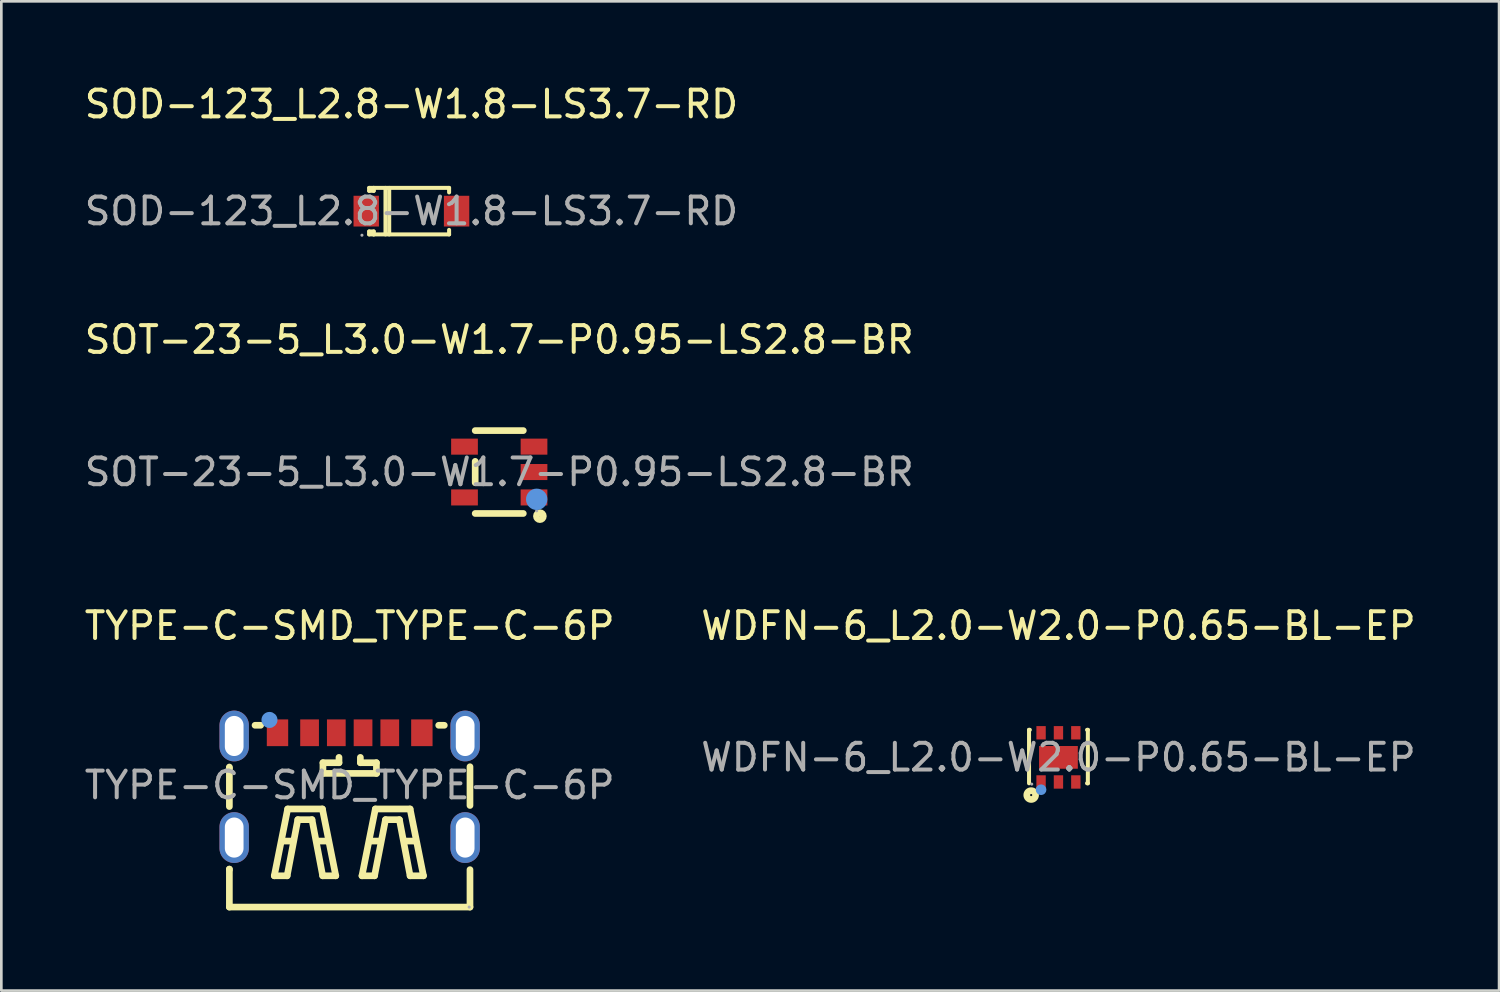
<source format=kicad_pcb>
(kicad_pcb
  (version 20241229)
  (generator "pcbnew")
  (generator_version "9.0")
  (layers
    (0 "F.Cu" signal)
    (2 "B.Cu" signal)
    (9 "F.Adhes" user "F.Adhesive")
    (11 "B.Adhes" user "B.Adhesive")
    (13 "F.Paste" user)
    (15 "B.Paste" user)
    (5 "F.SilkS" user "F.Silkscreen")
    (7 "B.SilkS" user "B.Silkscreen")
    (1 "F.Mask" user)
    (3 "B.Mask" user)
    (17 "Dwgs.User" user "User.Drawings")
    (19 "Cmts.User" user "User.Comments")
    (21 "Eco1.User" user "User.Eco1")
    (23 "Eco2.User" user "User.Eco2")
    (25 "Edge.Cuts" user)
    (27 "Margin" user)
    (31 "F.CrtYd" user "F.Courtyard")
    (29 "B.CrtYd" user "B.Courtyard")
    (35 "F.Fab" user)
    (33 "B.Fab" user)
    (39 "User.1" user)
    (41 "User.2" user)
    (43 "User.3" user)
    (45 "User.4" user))
  (footprint "TYPE-C-SMD_TYPE-C-6P"
    (layer "F.Cu")
    (at 10.03 26.32)
    (property "Reference" "TYPE-C-SMD_TYPE-C-6P" (at 0 -5.96 0) (layer "F.SilkS") (effects (font (size 1 1) (thickness 0.15))))
    (attr smd)
    (fp_line (start -4.5 -0.64) (end -4.5 -0.68) (stroke (width 0.25) (type solid)) (layer "F.SilkS"))
    (fp_line (start -4.5 -0.64) (end -4.5 0.8) (stroke (width 0.25) (type solid)) (layer "F.SilkS"))
    (fp_line (start -4.5 3.14) (end -4.5 4.56) (stroke (width 0.25) (type solid)) (layer "F.SilkS"))
    (fp_line (start -4.5 3.16) (end -4.5 3.14) (stroke (width 0.25) (type solid)) (layer "F.SilkS"))
    (fp_line (start -4.5 4.56) (end 4.5 4.56) (stroke (width 0.25) (type solid)) (layer "F.SilkS"))
    (fp_line (start -3.54 -2.24) (end -3.33 -2.24) (stroke (width 0.25) (type solid)) (layer "F.SilkS"))
    (fp_line (start -2.82 3.39) (end -2.32 0.89) (stroke (width 0.25) (type solid)) (layer "F.SilkS"))
    (fp_line (start -2.52 2.09) (end -2.12 2.09) (stroke (width 0.25) (type solid)) (layer "F.SilkS"))
    (fp_line (start -2.34 3.39) (end -2.82 3.39) (stroke (width 0.25) (type solid)) (layer "F.SilkS"))
    (fp_line (start -2.32 0.89) (end -1.02 0.89) (stroke (width 0.25) (type solid)) (layer "F.SilkS"))
    (fp_line (start -1.94 1.29) (end -2.34 3.39) (stroke (width 0.25) (type solid)) (layer "F.SilkS"))
    (fp_line (start -1.41 1.29) (end -1.94 1.29) (stroke (width 0.25) (type solid)) (layer "F.SilkS"))
    (fp_line (start -1.22 2.09) (end -0.82 2.09) (stroke (width 0.25) (type solid)) (layer "F.SilkS"))
    (fp_line (start -1.02 0.89) (end -0.52 3.39) (stroke (width 0.25) (type solid)) (layer "F.SilkS"))
    (fp_line (start -1.01 -0.44) (end 1.01 -0.44) (stroke (width 0.25) (type solid)) (layer "F.SilkS"))
    (fp_line (start -1.01 3.39) (end -1.41 1.29) (stroke (width 0.25) (type solid)) (layer "F.SilkS"))
    (fp_line (start -1 -0.84) (end -0.4 -0.84) (stroke (width 0.25) (type solid)) (layer "F.SilkS"))
    (fp_line (start -1 -0.44) (end -1 -0.84) (stroke (width 0.25) (type solid)) (layer "F.SilkS"))
    (fp_line (start -0.52 3.39) (end -1.01 3.39) (stroke (width 0.25) (type solid)) (layer "F.SilkS"))
    (fp_line (start -0.4 -0.84) (end -0.4 -1.04) (stroke (width 0.25) (type solid)) (layer "F.SilkS"))
    (fp_line (start 0.4 -0.84) (end 0.4 -1.04) (stroke (width 0.25) (type solid)) (layer "F.SilkS"))
    (fp_line (start 0.46 3.39) (end 0.96 0.89) (stroke (width 0.25) (type solid)) (layer "F.SilkS"))
    (fp_line (start 0.76 2.09) (end 1.16 2.09) (stroke (width 0.25) (type solid)) (layer "F.SilkS"))
    (fp_line (start 0.93 3.39) (end 0.46 3.39) (stroke (width 0.25) (type solid)) (layer "F.SilkS"))
    (fp_line (start 0.96 0.89) (end 2.26 0.89) (stroke (width 0.25) (type solid)) (layer "F.SilkS"))
    (fp_line (start 1 -0.84) (end 0.4 -0.84) (stroke (width 0.25) (type solid)) (layer "F.SilkS"))
    (fp_line (start 1 -0.44) (end 1 -0.84) (stroke (width 0.25) (type solid)) (layer "F.SilkS"))
    (fp_line (start 1.34 1.29) (end 0.93 3.39) (stroke (width 0.25) (type solid)) (layer "F.SilkS"))
    (fp_line (start 1.86 1.29) (end 1.34 1.29) (stroke (width 0.25) (type solid)) (layer "F.SilkS"))
    (fp_line (start 2.06 2.09) (end 2.46 2.09) (stroke (width 0.25) (type solid)) (layer "F.SilkS"))
    (fp_line (start 2.26 0.89) (end 2.76 3.39) (stroke (width 0.25) (type solid)) (layer "F.SilkS"))
    (fp_line (start 2.26 3.39) (end 1.86 1.29) (stroke (width 0.25) (type solid)) (layer "F.SilkS"))
    (fp_line (start 2.76 3.39) (end 2.26 3.39) (stroke (width 0.25) (type solid)) (layer "F.SilkS"))
    (fp_line (start 3.33 -2.24) (end 3.54 -2.24) (stroke (width 0.25) (type solid)) (layer "F.SilkS"))
    (fp_line (start 4.5 0.76) (end 4.5 -0.69) (stroke (width 0.25) (type solid)) (layer "F.SilkS"))
    (fp_line (start 4.5 4.56) (end 4.5 3.16) (stroke (width 0.25) (type solid)) (layer "F.SilkS"))
    (fp_circle (center -3 -2.44) (end -2.85 -2.44) (stroke (width 0.3) (type solid)) (fill no) (layer "Cmts.User"))
    (fp_circle (center 4.47 4.56) (end 4.5 4.56) (stroke (width 0.06) (type solid)) (fill no) (layer "F.Fab"))
    (fp_text user "${REFERENCE}" (at 0 0 0) (layer "F.Fab") (effects (font (size 1 1) (thickness 0.15))))
    (pad "7" thru_hole oval (at -4.32 -1.84) (size 1.1 1.9) (drill oval 0.7 1.5) (layers "*.Cu" "*.Mask"))
    (pad "7" thru_hole oval (at -4.32 1.96) (size 1.1 1.9) (drill oval 0.7 1.5) (layers "*.Cu" "*.Mask"))
    (pad "7" thru_hole oval (at 4.32 -1.84) (size 1.1 1.9) (drill oval 0.7 1.5) (layers "*.Cu" "*.Mask"))
    (pad "7" thru_hole oval (at 4.32 1.96) (size 1.1 1.9) (drill oval 0.7 1.5) (layers "*.Cu" "*.Mask"))
    (pad "A5" smd rect (at -0.5 -1.96) (size 0.7 1) (layers "F.Cu" "F.Mask" "F.Paste"))
    (pad "A9" smd rect (at 1.5 -1.96) (size 0.7 1) (layers "F.Cu" "F.Mask" "F.Paste"))
    (pad "A12" smd rect (at 2.7 -1.96) (size 0.8 1) (layers "F.Cu" "F.Mask" "F.Paste"))
    (pad "B5" smd rect (at 0.5 -1.96) (size 0.7 1) (layers "F.Cu" "F.Mask" "F.Paste"))
    (pad "B9" smd rect (at -1.5 -1.96) (size 0.7 1) (layers "F.Cu" "F.Mask" "F.Paste"))
    (pad "B12" smd rect (at -2.7 -1.96) (size 0.8 1) (layers "F.Cu" "F.Mask" "F.Paste")))
  (footprint "SOD-123_L2.8-W1.8-LS3.7-RD"
    (layer "F.Cu")
    (at 12.339 4.848)
    (property "Reference" "SOD-123_L2.8-W1.8-LS3.7-RD" (at 0 -4 0) (layer "F.SilkS") (effects (font (size 1 1) (thickness 0.15))))
    (attr smd)
    (fp_line (start -1.58 -0.87) (end -1.41 -0.87) (stroke (width 0.15) (type solid)) (layer "F.SilkS"))
    (fp_line (start -1.58 -0.76) (end -1.58 -0.87) (stroke (width 0.15) (type solid)) (layer "F.SilkS"))
    (fp_line (start -1.58 -0.76) (end -1.41 -0.76) (stroke (width 0.15) (type solid)) (layer "F.SilkS"))
    (fp_line (start -1.58 0.76) (end -1.41 0.76) (stroke (width 0.15) (type solid)) (layer "F.SilkS"))
    (fp_line (start -1.58 0.87) (end -1.58 0.76) (stroke (width 0.15) (type solid)) (layer "F.SilkS"))
    (fp_line (start -1.41 -0.87) (end -1.41 -0.76) (stroke (width 0.15) (type solid)) (layer "F.SilkS"))
    (fp_line (start -1.41 -0.87) (end 1.41 -0.87) (stroke (width 0.15) (type solid)) (layer "F.SilkS"))
    (fp_line (start -1.41 0.76) (end -1.41 0.87) (stroke (width 0.15) (type solid)) (layer "F.SilkS"))
    (fp_line (start -1.41 0.87) (end -1.58 0.87) (stroke (width 0.15) (type solid)) (layer "F.SilkS"))
    (fp_line (start -1.41 0.87) (end 1.41 0.87) (stroke (width 0.15) (type solid)) (layer "F.SilkS"))
    (fp_line (start -0.97 -0.87) (end -0.97 0.87) (stroke (width 0.15) (type solid)) (layer "F.SilkS"))
    (fp_line (start -0.83 -0.87) (end -0.83 0.87) (stroke (width 0.15) (type solid)) (layer "F.SilkS"))
    (fp_line (start 1.41 -0.87) (end 1.41 -0.7) (stroke (width 0.15) (type solid)) (layer "F.SilkS"))
    (fp_line (start 1.41 0.87) (end 1.41 0.7) (stroke (width 0.15) (type solid)) (layer "F.SilkS"))
    (fp_circle (center -1.85 0.9) (end -1.82 0.9) (stroke (width 0.06) (type solid)) (fill no) (layer "F.Fab"))
    (fp_text user "${REFERENCE}" (at 0 0 0) (layer "F.Fab") (effects (font (size 1 1) (thickness 0.15))))
    (pad "1" smd rect (at 1.69 0) (size 0.95 1.15) (layers "F.Cu" "F.Mask" "F.Paste"))
    (pad "2" smd rect (at -1.69 0) (size 0.95 1.15) (layers "F.Cu" "F.Mask" "F.Paste")))
  (footprint "WDFN-6_L2.0-W2.0-P0.65-BL-EP"
    (layer "F.Cu")
    (at 36.542 25.28)
    (property "Reference" "WDFN-6_L2.0-W2.0-P0.65-BL-EP" (at 0 -4.92 0) (layer "F.SilkS") (effects (font (size 1 1) (thickness 0.15))))
    (attr through_hole)
    (fp_line (start -1.1 -1.03) (end -1.1 0.97) (stroke (width 0.15) (type solid)) (layer "F.SilkS"))
    (fp_line (start -1.1 -1.03) (end -1.07 -1.03) (stroke (width 0.15) (type solid)) (layer "F.SilkS"))
    (fp_line (start 1.07 -1.03) (end 1.1 -1.03) (stroke (width 0.15) (type solid)) (layer "F.SilkS"))
    (fp_line (start 1.1 0.97) (end 1.07 0.97) (stroke (width 0.15) (type solid)) (layer "F.SilkS"))
    (fp_line (start 1.1 0.97) (end 1.1 -1.03) (stroke (width 0.15) (type solid)) (layer "F.SilkS"))
    (fp_circle (center -1.02 1.41) (end -0.98 1.41) (stroke (width 0.25) (type solid)) (fill no) (layer "F.SilkS"))
    (fp_circle (center -0.65 1.21) (end -0.55 1.21) (stroke (width 0.2) (type solid)) (fill no) (layer "Cmts.User"))
    (fp_circle (center -1 1) (end -0.97 1) (stroke (width 0.06) (type solid)) (fill no) (layer "F.Fab"))
    (fp_text user "${REFERENCE}" (at 0 0 0) (layer "F.Fab") (effects (font (size 1 1) (thickness 0.15))))
    (pad "1" smd rect (at -0.65 0.92) (size 0.35 0.5) (layers "F.Cu" "F.Mask" "F.Paste"))
    (pad "2" smd rect (at 0 0.92) (size 0.35 0.5) (layers "F.Cu" "F.Mask" "F.Paste"))
    (pad "3" smd rect (at 0.65 0.92) (size 0.35 0.5) (layers "F.Cu" "F.Mask" "F.Paste"))
    (pad "4" smd rect (at 0.65 -0.92) (size 0.35 0.5) (layers "F.Cu" "F.Mask" "F.Paste"))
    (pad "5" smd rect (at 0 -0.92) (size 0.35 0.5) (layers "F.Cu" "F.Mask" "F.Paste"))
    (pad "6" smd rect (at -0.65 -0.92) (size 0.35 0.5) (layers "F.Cu" "F.Mask" "F.Paste"))
    (pad "7" smd rect (at 0 0) (size 1.45 0.85) (layers "F.Cu" "F.Mask" "F.Paste")))
  (footprint "SOT-23-5_L3.0-W1.7-P0.95-LS2.8-BR"
    (layer "F.Cu")
    (at 15.625 14.607)
    (property "Reference" "SOT-23-5_L3.0-W1.7-P0.95-LS2.8-BR" (at 0 -4.95 0) (layer "F.SilkS") (effects (font (size 1 1) (thickness 0.15))))
    (attr smd)
    (fp_line (start -0.9 -1.55) (end 0.9 -1.55) (stroke (width 0.25) (type solid)) (layer "F.SilkS"))
    (fp_line (start -0.9 0.4) (end -0.9 -0.4) (stroke (width 0.25) (type solid)) (layer "F.SilkS"))
    (fp_line (start -0.9 1.55) (end 0.9 1.55) (stroke (width 0.25) (type solid)) (layer "F.SilkS"))
    (fp_circle (center 1.52 1.65) (end 1.65 1.65) (stroke (width 0.25) (type solid)) (fill no) (layer "F.SilkS"))
    (fp_circle (center 1.4 1.02) (end 1.6 1.02) (stroke (width 0.4) (type solid)) (fill no) (layer "Cmts.User"))
    (fp_circle (center 1.4 1.45) (end 1.43 1.45) (stroke (width 0.06) (type solid)) (fill no) (layer "F.Fab"))
    (fp_text user "${REFERENCE}" (at 0 0 0) (layer "F.Fab") (effects (font (size 1 1) (thickness 0.15))))
    (pad "1" smd rect (at 1.3 0.95) (size 1 0.6) (layers "F.Cu" "F.Mask" "F.Paste"))
    (pad "2" smd rect (at 1.3 0) (size 1 0.6) (layers "F.Cu" "F.Mask" "F.Paste"))
    (pad "3" smd rect (at 1.3 -0.95) (size 1 0.6) (layers "F.Cu" "F.Mask" "F.Paste"))
    (pad "4" smd rect (at -1.3 -0.95) (size 1 0.6) (layers "F.Cu" "F.Mask" "F.Paste"))
    (pad "5" smd rect (at -1.3 0.95) (size 1 0.6) (layers "F.Cu" "F.Mask" "F.Paste")))
  (gr_rect
    (start -3 -3)
    (end 53.024 34.005)
    (stroke (width 0.1) (type default))
    (fill no)
    (layer "Edge.Cuts")))
</source>
